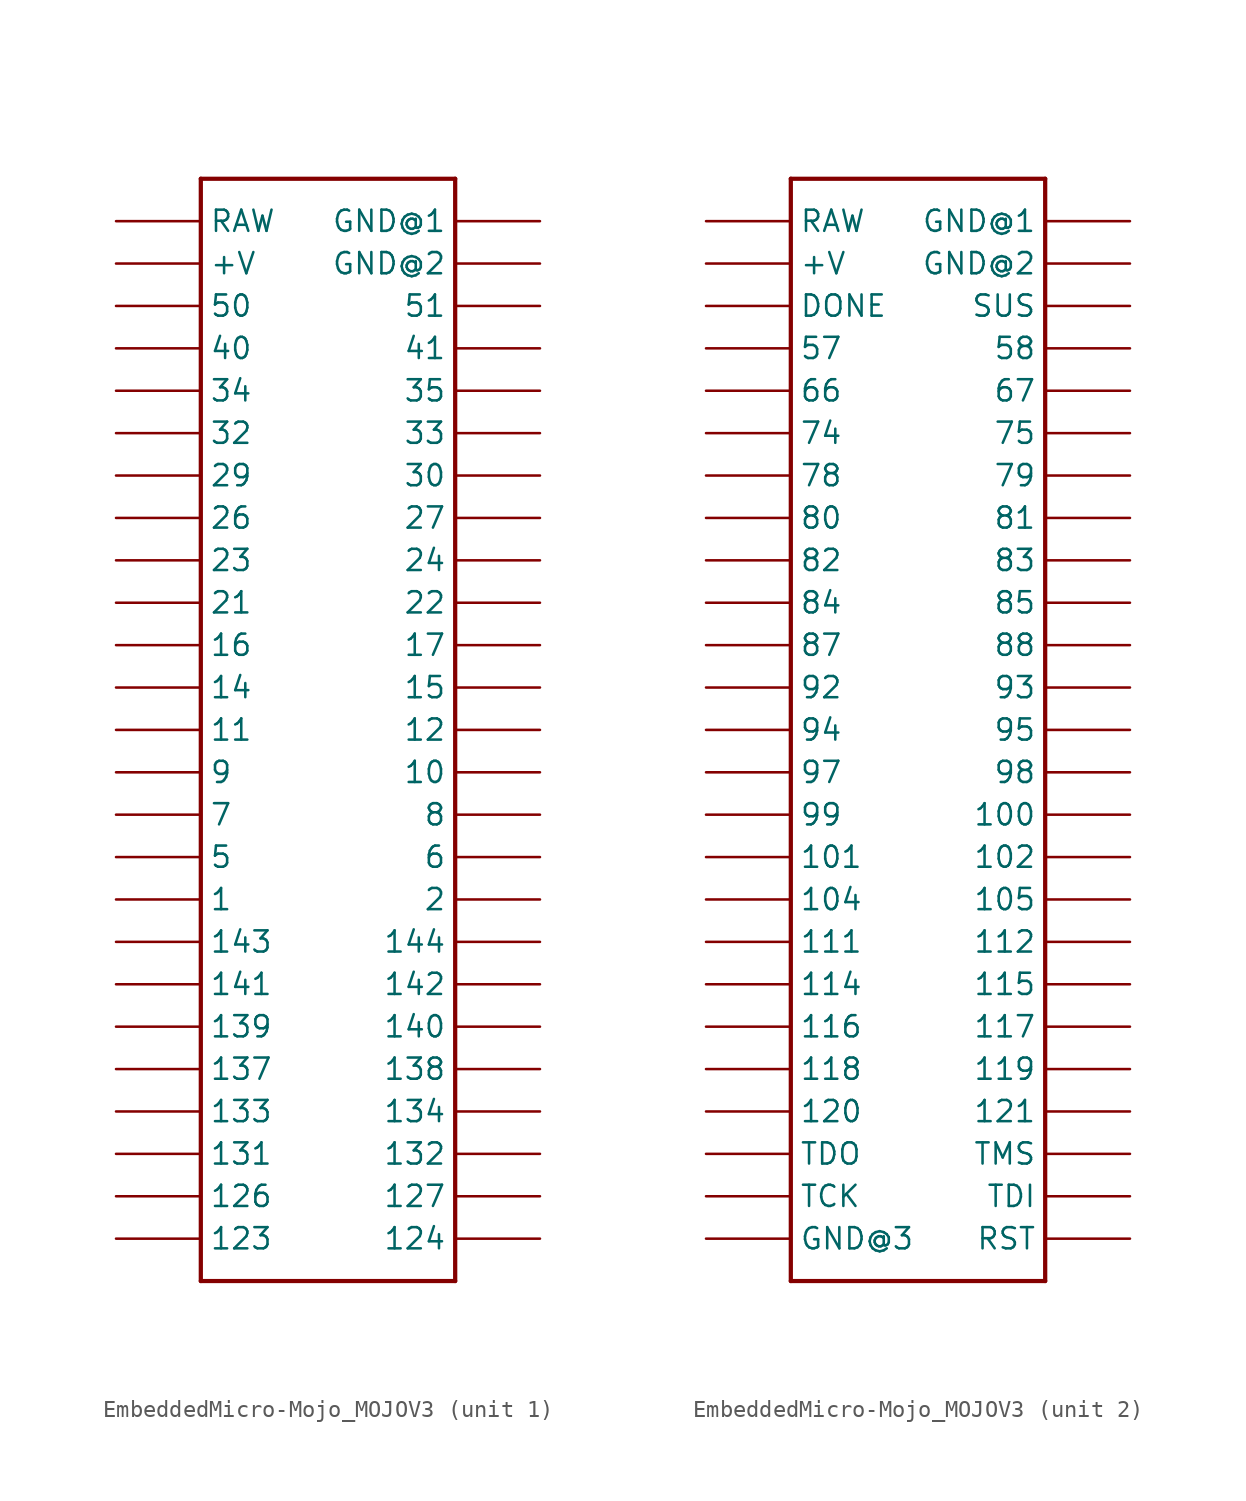
<source format=kicad_sym>
(kicad_symbol_lib
  (version 20231120)
  (generator "kicad_symbol_editor")
  (generator_version "8.0")
  (symbol "EmbeddedMicro-Mojo_MOJOV3"
    (property "Reference" ""
      (at 0 0 0)
      (effects (font (size 1.27 1.27)) (hide yes)))
    (property "ki_locked" ""
      (at 0 0 0)
      (effects (font (size 1.27 1.27))))
    (symbol "EmbeddedMicro-Mojo_MOJOV3_1_0"
      (polyline (pts (xy -7.62 -33.02) (xy -7.62 33.02)) (stroke (width 0.254) (type solid)) (fill (type none)))
      (polyline (pts (xy -7.62 33.02) (xy 7.62 33.02)) (stroke (width 0.254) (type solid)) (fill (type none)))
      (polyline (pts (xy 7.62 -33.02) (xy -7.62 -33.02)) (stroke (width 0.254) (type solid)) (fill (type none)))
      (polyline (pts (xy 7.62 33.02) (xy 7.62 -33.02)) (stroke (width 0.254) (type solid)) (fill (type none)))
      (pin bidirectional line (at -12.7 -10.16 0) (length 5.08) (name "1" (effects (font (size 1.27 1.27)))) (number "1" (effects (font (size 0 0)))))
      (pin bidirectional line (at 12.7 -2.54 180) (length 5.08) (name "10" (effects (font (size 1.27 1.27)))) (number "10" (effects (font (size 0 0)))))
      (pin bidirectional line (at -12.7 0 0) (length 5.08) (name "11" (effects (font (size 1.27 1.27)))) (number "11" (effects (font (size 0 0)))))
      (pin bidirectional line (at 12.7 0 180) (length 5.08) (name "12" (effects (font (size 1.27 1.27)))) (number "12" (effects (font (size 0 0)))))
      (pin bidirectional line (at -12.7 -30.48 0) (length 5.08) (name "123" (effects (font (size 1.27 1.27)))) (number "123" (effects (font (size 0 0)))))
      (pin bidirectional line (at 12.7 -30.48 180) (length 5.08) (name "124" (effects (font (size 1.27 1.27)))) (number "124" (effects (font (size 0 0)))))
      (pin bidirectional line (at -12.7 -27.94 0) (length 5.08) (name "126" (effects (font (size 1.27 1.27)))) (number "126" (effects (font (size 0 0)))))
      (pin bidirectional line (at 12.7 -27.94 180) (length 5.08) (name "127" (effects (font (size 1.27 1.27)))) (number "127" (effects (font (size 0 0)))))
      (pin bidirectional line (at -12.7 -25.4 0) (length 5.08) (name "131" (effects (font (size 1.27 1.27)))) (number "131" (effects (font (size 0 0)))))
      (pin bidirectional line (at 12.7 -25.4 180) (length 5.08) (name "132" (effects (font (size 1.27 1.27)))) (number "132" (effects (font (size 0 0)))))
      (pin bidirectional line (at -12.7 -22.86 0) (length 5.08) (name "133" (effects (font (size 1.27 1.27)))) (number "133" (effects (font (size 0 0)))))
      (pin bidirectional line (at 12.7 -22.86 180) (length 5.08) (name "134" (effects (font (size 1.27 1.27)))) (number "134" (effects (font (size 0 0)))))
      (pin bidirectional line (at -12.7 -20.32 0) (length 5.08) (name "137" (effects (font (size 1.27 1.27)))) (number "137" (effects (font (size 0 0)))))
      (pin bidirectional line (at 12.7 -20.32 180) (length 5.08) (name "138" (effects (font (size 1.27 1.27)))) (number "138" (effects (font (size 0 0)))))
      (pin bidirectional line (at -12.7 -17.78 0) (length 5.08) (name "139" (effects (font (size 1.27 1.27)))) (number "139" (effects (font (size 0 0)))))
      (pin bidirectional line (at -12.7 2.54 0) (length 5.08) (name "14" (effects (font (size 1.27 1.27)))) (number "14" (effects (font (size 0 0)))))
      (pin bidirectional line (at 12.7 -17.78 180) (length 5.08) (name "140" (effects (font (size 1.27 1.27)))) (number "140" (effects (font (size 0 0)))))
      (pin bidirectional line (at -12.7 -15.24 0) (length 5.08) (name "141" (effects (font (size 1.27 1.27)))) (number "141" (effects (font (size 0 0)))))
      (pin bidirectional line (at 12.7 -15.24 180) (length 5.08) (name "142" (effects (font (size 1.27 1.27)))) (number "142" (effects (font (size 0 0)))))
      (pin bidirectional line (at -12.7 -12.7 0) (length 5.08) (name "143" (effects (font (size 1.27 1.27)))) (number "143" (effects (font (size 0 0)))))
      (pin bidirectional line (at 12.7 -12.7 180) (length 5.08) (name "144" (effects (font (size 1.27 1.27)))) (number "144" (effects (font (size 0 0)))))
      (pin bidirectional line (at 12.7 2.54 180) (length 5.08) (name "15" (effects (font (size 1.27 1.27)))) (number "15" (effects (font (size 0 0)))))
      (pin bidirectional line (at -12.7 5.08 0) (length 5.08) (name "16" (effects (font (size 1.27 1.27)))) (number "16" (effects (font (size 0 0)))))
      (pin bidirectional line (at 12.7 5.08 180) (length 5.08) (name "17" (effects (font (size 1.27 1.27)))) (number "17" (effects (font (size 0 0)))))
      (pin bidirectional line (at 12.7 -10.16 180) (length 5.08) (name "2" (effects (font (size 1.27 1.27)))) (number "2" (effects (font (size 0 0)))))
      (pin bidirectional line (at -12.7 7.62 0) (length 5.08) (name "21" (effects (font (size 1.27 1.27)))) (number "21" (effects (font (size 0 0)))))
      (pin bidirectional line (at 12.7 7.62 180) (length 5.08) (name "22" (effects (font (size 1.27 1.27)))) (number "22" (effects (font (size 0 0)))))
      (pin bidirectional line (at -12.7 10.16 0) (length 5.08) (name "23" (effects (font (size 1.27 1.27)))) (number "23" (effects (font (size 0 0)))))
      (pin bidirectional line (at 12.7 10.16 180) (length 5.08) (name "24" (effects (font (size 1.27 1.27)))) (number "24" (effects (font (size 0 0)))))
      (pin bidirectional line (at -12.7 12.7 0) (length 5.08) (name "26" (effects (font (size 1.27 1.27)))) (number "26" (effects (font (size 0 0)))))
      (pin bidirectional line (at 12.7 12.7 180) (length 5.08) (name "27" (effects (font (size 1.27 1.27)))) (number "27" (effects (font (size 0 0)))))
      (pin bidirectional line (at -12.7 15.24 0) (length 5.08) (name "29" (effects (font (size 1.27 1.27)))) (number "29" (effects (font (size 0 0)))))
      (pin bidirectional line (at 12.7 15.24 180) (length 5.08) (name "30" (effects (font (size 1.27 1.27)))) (number "30" (effects (font (size 0 0)))))
      (pin bidirectional line (at -12.7 17.78 0) (length 5.08) (name "32" (effects (font (size 1.27 1.27)))) (number "32" (effects (font (size 0 0)))))
      (pin bidirectional line (at 12.7 17.78 180) (length 5.08) (name "33" (effects (font (size 1.27 1.27)))) (number "33" (effects (font (size 0 0)))))
      (pin bidirectional line (at -12.7 20.32 0) (length 5.08) (name "34" (effects (font (size 1.27 1.27)))) (number "34" (effects (font (size 0 0)))))
      (pin bidirectional line (at 12.7 20.32 180) (length 5.08) (name "35" (effects (font (size 1.27 1.27)))) (number "35" (effects (font (size 0 0)))))
      (pin bidirectional line (at -12.7 22.86 0) (length 5.08) (name "40" (effects (font (size 1.27 1.27)))) (number "40" (effects (font (size 0 0)))))
      (pin bidirectional line (at 12.7 22.86 180) (length 5.08) (name "41" (effects (font (size 1.27 1.27)))) (number "41" (effects (font (size 0 0)))))
      (pin bidirectional line (at -12.7 -7.62 0) (length 5.08) (name "5" (effects (font (size 1.27 1.27)))) (number "5" (effects (font (size 0 0)))))
      (pin bidirectional line (at -12.7 25.4 0) (length 5.08) (name "50" (effects (font (size 1.27 1.27)))) (number "50" (effects (font (size 0 0)))))
      (pin bidirectional line (at 12.7 25.4 180) (length 5.08) (name "51" (effects (font (size 1.27 1.27)))) (number "51" (effects (font (size 0 0)))))
      (pin bidirectional line (at 12.7 -7.62 180) (length 5.08) (name "6" (effects (font (size 1.27 1.27)))) (number "6" (effects (font (size 0 0)))))
      (pin bidirectional line (at -12.7 -5.08 0) (length 5.08) (name "7" (effects (font (size 1.27 1.27)))) (number "7" (effects (font (size 0 0)))))
      (pin bidirectional line (at 12.7 -5.08 180) (length 5.08) (name "8" (effects (font (size 1.27 1.27)))) (number "8" (effects (font (size 0 0)))))
      (pin bidirectional line (at -12.7 -2.54 0) (length 5.08) (name "9" (effects (font (size 1.27 1.27)))) (number "9" (effects (font (size 0 0)))))
      (pin power_in line (at 12.7 30.48 180) (length 5.08) (name "GND@1" (effects (font (size 1.27 1.27)))) (number "GND@1" (effects (font (size 0 0)))))
      (pin power_in line (at 12.7 27.94 180) (length 5.08) (name "GND@2" (effects (font (size 1.27 1.27)))) (number "GND@2" (effects (font (size 0 0)))))
      (pin power_in line (at -12.7 30.48 0) (length 5.08) (name "RAW" (effects (font (size 1.27 1.27)))) (number "RAW@1" (effects (font (size 0 0)))))
      (pin power_in line (at -12.7 27.94 0) (length 5.08) (name "+V" (effects (font (size 1.27 1.27)))) (number "V@1" (effects (font (size 0 0))))))
    (symbol "EmbeddedMicro-Mojo_MOJOV3_2_0"
      (polyline (pts (xy -7.62 -33.02) (xy -7.62 33.02)) (stroke (width 0.254) (type solid)) (fill (type none)))
      (polyline (pts (xy -7.62 33.02) (xy 7.62 33.02)) (stroke (width 0.254) (type solid)) (fill (type none)))
      (polyline (pts (xy 7.62 -33.02) (xy -7.62 -33.02)) (stroke (width 0.254) (type solid)) (fill (type none)))
      (polyline (pts (xy 7.62 33.02) (xy 7.62 -33.02)) (stroke (width 0.254) (type solid)) (fill (type none)))
      (pin bidirectional line (at 12.7 -5.08 180) (length 5.08) (name "100" (effects (font (size 1.27 1.27)))) (number "100" (effects (font (size 0 0)))))
      (pin bidirectional line (at -12.7 -7.62 0) (length 5.08) (name "101" (effects (font (size 1.27 1.27)))) (number "101" (effects (font (size 0 0)))))
      (pin bidirectional line (at 12.7 -7.62 180) (length 5.08) (name "102" (effects (font (size 1.27 1.27)))) (number "102" (effects (font (size 0 0)))))
      (pin bidirectional line (at -12.7 -10.16 0) (length 5.08) (name "104" (effects (font (size 1.27 1.27)))) (number "104" (effects (font (size 0 0)))))
      (pin bidirectional line (at 12.7 -10.16 180) (length 5.08) (name "105" (effects (font (size 1.27 1.27)))) (number "105" (effects (font (size 0 0)))))
      (pin bidirectional line (at -12.7 -12.7 0) (length 5.08) (name "111" (effects (font (size 1.27 1.27)))) (number "111" (effects (font (size 0 0)))))
      (pin bidirectional line (at 12.7 -12.7 180) (length 5.08) (name "112" (effects (font (size 1.27 1.27)))) (number "112" (effects (font (size 0 0)))))
      (pin bidirectional line (at -12.7 -15.24 0) (length 5.08) (name "114" (effects (font (size 1.27 1.27)))) (number "114" (effects (font (size 0 0)))))
      (pin bidirectional line (at 12.7 -15.24 180) (length 5.08) (name "115" (effects (font (size 1.27 1.27)))) (number "115" (effects (font (size 0 0)))))
      (pin bidirectional line (at -12.7 -17.78 0) (length 5.08) (name "116" (effects (font (size 1.27 1.27)))) (number "116" (effects (font (size 0 0)))))
      (pin bidirectional line (at 12.7 -17.78 180) (length 5.08) (name "117" (effects (font (size 1.27 1.27)))) (number "117" (effects (font (size 0 0)))))
      (pin bidirectional line (at -12.7 -20.32 0) (length 5.08) (name "118" (effects (font (size 1.27 1.27)))) (number "118" (effects (font (size 0 0)))))
      (pin bidirectional line (at 12.7 -20.32 180) (length 5.08) (name "119" (effects (font (size 1.27 1.27)))) (number "119" (effects (font (size 0 0)))))
      (pin bidirectional line (at -12.7 -22.86 0) (length 5.08) (name "120" (effects (font (size 1.27 1.27)))) (number "120" (effects (font (size 0 0)))))
      (pin bidirectional line (at 12.7 -22.86 180) (length 5.08) (name "121" (effects (font (size 1.27 1.27)))) (number "121" (effects (font (size 0 0)))))
      (pin bidirectional line (at -12.7 22.86 0) (length 5.08) (name "57" (effects (font (size 1.27 1.27)))) (number "57" (effects (font (size 0 0)))))
      (pin bidirectional line (at 12.7 22.86 180) (length 5.08) (name "58" (effects (font (size 1.27 1.27)))) (number "58" (effects (font (size 0 0)))))
      (pin bidirectional line (at -12.7 20.32 0) (length 5.08) (name "66" (effects (font (size 1.27 1.27)))) (number "66" (effects (font (size 0 0)))))
      (pin bidirectional line (at 12.7 20.32 180) (length 5.08) (name "67" (effects (font (size 1.27 1.27)))) (number "67" (effects (font (size 0 0)))))
      (pin bidirectional line (at -12.7 17.78 0) (length 5.08) (name "74" (effects (font (size 1.27 1.27)))) (number "74" (effects (font (size 0 0)))))
      (pin bidirectional line (at 12.7 17.78 180) (length 5.08) (name "75" (effects (font (size 1.27 1.27)))) (number "75" (effects (font (size 0 0)))))
      (pin bidirectional line (at -12.7 15.24 0) (length 5.08) (name "78" (effects (font (size 1.27 1.27)))) (number "78" (effects (font (size 0 0)))))
      (pin bidirectional line (at 12.7 15.24 180) (length 5.08) (name "79" (effects (font (size 1.27 1.27)))) (number "79" (effects (font (size 0 0)))))
      (pin bidirectional line (at -12.7 12.7 0) (length 5.08) (name "80" (effects (font (size 1.27 1.27)))) (number "80" (effects (font (size 0 0)))))
      (pin bidirectional line (at 12.7 12.7 180) (length 5.08) (name "81" (effects (font (size 1.27 1.27)))) (number "81" (effects (font (size 0 0)))))
      (pin bidirectional line (at -12.7 10.16 0) (length 5.08) (name "82" (effects (font (size 1.27 1.27)))) (number "82" (effects (font (size 0 0)))))
      (pin bidirectional line (at 12.7 10.16 180) (length 5.08) (name "83" (effects (font (size 1.27 1.27)))) (number "83" (effects (font (size 0 0)))))
      (pin bidirectional line (at -12.7 7.62 0) (length 5.08) (name "84" (effects (font (size 1.27 1.27)))) (number "84" (effects (font (size 0 0)))))
      (pin bidirectional line (at 12.7 7.62 180) (length 5.08) (name "85" (effects (font (size 1.27 1.27)))) (number "85" (effects (font (size 0 0)))))
      (pin bidirectional line (at -12.7 5.08 0) (length 5.08) (name "87" (effects (font (size 1.27 1.27)))) (number "87" (effects (font (size 0 0)))))
      (pin bidirectional line (at 12.7 5.08 180) (length 5.08) (name "88" (effects (font (size 1.27 1.27)))) (number "88" (effects (font (size 0 0)))))
      (pin bidirectional line (at -12.7 2.54 0) (length 5.08) (name "92" (effects (font (size 1.27 1.27)))) (number "92" (effects (font (size 0 0)))))
      (pin bidirectional line (at 12.7 2.54 180) (length 5.08) (name "93" (effects (font (size 1.27 1.27)))) (number "93" (effects (font (size 0 0)))))
      (pin bidirectional line (at -12.7 0 0) (length 5.08) (name "94" (effects (font (size 1.27 1.27)))) (number "94" (effects (font (size 0 0)))))
      (pin bidirectional line (at 12.7 0 180) (length 5.08) (name "95" (effects (font (size 1.27 1.27)))) (number "95" (effects (font (size 0 0)))))
      (pin bidirectional line (at -12.7 -2.54 0) (length 5.08) (name "97" (effects (font (size 1.27 1.27)))) (number "97" (effects (font (size 0 0)))))
      (pin bidirectional line (at 12.7 -2.54 180) (length 5.08) (name "98" (effects (font (size 1.27 1.27)))) (number "98" (effects (font (size 0 0)))))
      (pin bidirectional line (at -12.7 -5.08 0) (length 5.08) (name "99" (effects (font (size 1.27 1.27)))) (number "99" (effects (font (size 0 0)))))
      (pin bidirectional line (at -12.7 25.4 0) (length 5.08) (name "DONE" (effects (font (size 1.27 1.27)))) (number "DONE" (effects (font (size 0 0)))))
      (pin power_in line (at 12.7 30.48 180) (length 5.08) (name "GND@1" (effects (font (size 1.27 1.27)))) (number "GND@3" (effects (font (size 0 0)))))
      (pin power_in line (at 12.7 27.94 180) (length 5.08) (name "GND@2" (effects (font (size 1.27 1.27)))) (number "GND@4" (effects (font (size 0 0)))))
      (pin power_in line (at -12.7 -30.48 0) (length 5.08) (name "GND@3" (effects (font (size 1.27 1.27)))) (number "GND@6" (effects (font (size 0 0)))))
      (pin power_in line (at -12.7 30.48 0) (length 5.08) (name "RAW" (effects (font (size 1.27 1.27)))) (number "RAW@2" (effects (font (size 0 0)))))
      (pin input line (at 12.7 -30.48 180) (length 5.08) (name "RST" (effects (font (size 1.27 1.27)))) (number "RST" (effects (font (size 0 0)))))
      (pin input line (at 12.7 25.4 180) (length 5.08) (name "SUS" (effects (font (size 1.27 1.27)))) (number "SUS" (effects (font (size 0 0)))))
      (pin input line (at -12.7 -27.94 0) (length 5.08) (name "TCK" (effects (font (size 1.27 1.27)))) (number "TCK" (effects (font (size 0 0)))))
      (pin input line (at 12.7 -27.94 180) (length 5.08) (name "TDI" (effects (font (size 1.27 1.27)))) (number "TDI" (effects (font (size 0 0)))))
      (pin output line (at -12.7 -25.4 0) (length 5.08) (name "TDO" (effects (font (size 1.27 1.27)))) (number "TDO" (effects (font (size 0 0)))))
      (pin input line (at 12.7 -25.4 180) (length 5.08) (name "TMS" (effects (font (size 1.27 1.27)))) (number "TMS" (effects (font (size 0 0)))))
      (pin power_in line (at -12.7 27.94 0) (length 5.08) (name "+V" (effects (font (size 1.27 1.27)))) (number "V@2" (effects (font (size 0 0))))))))
</source>
